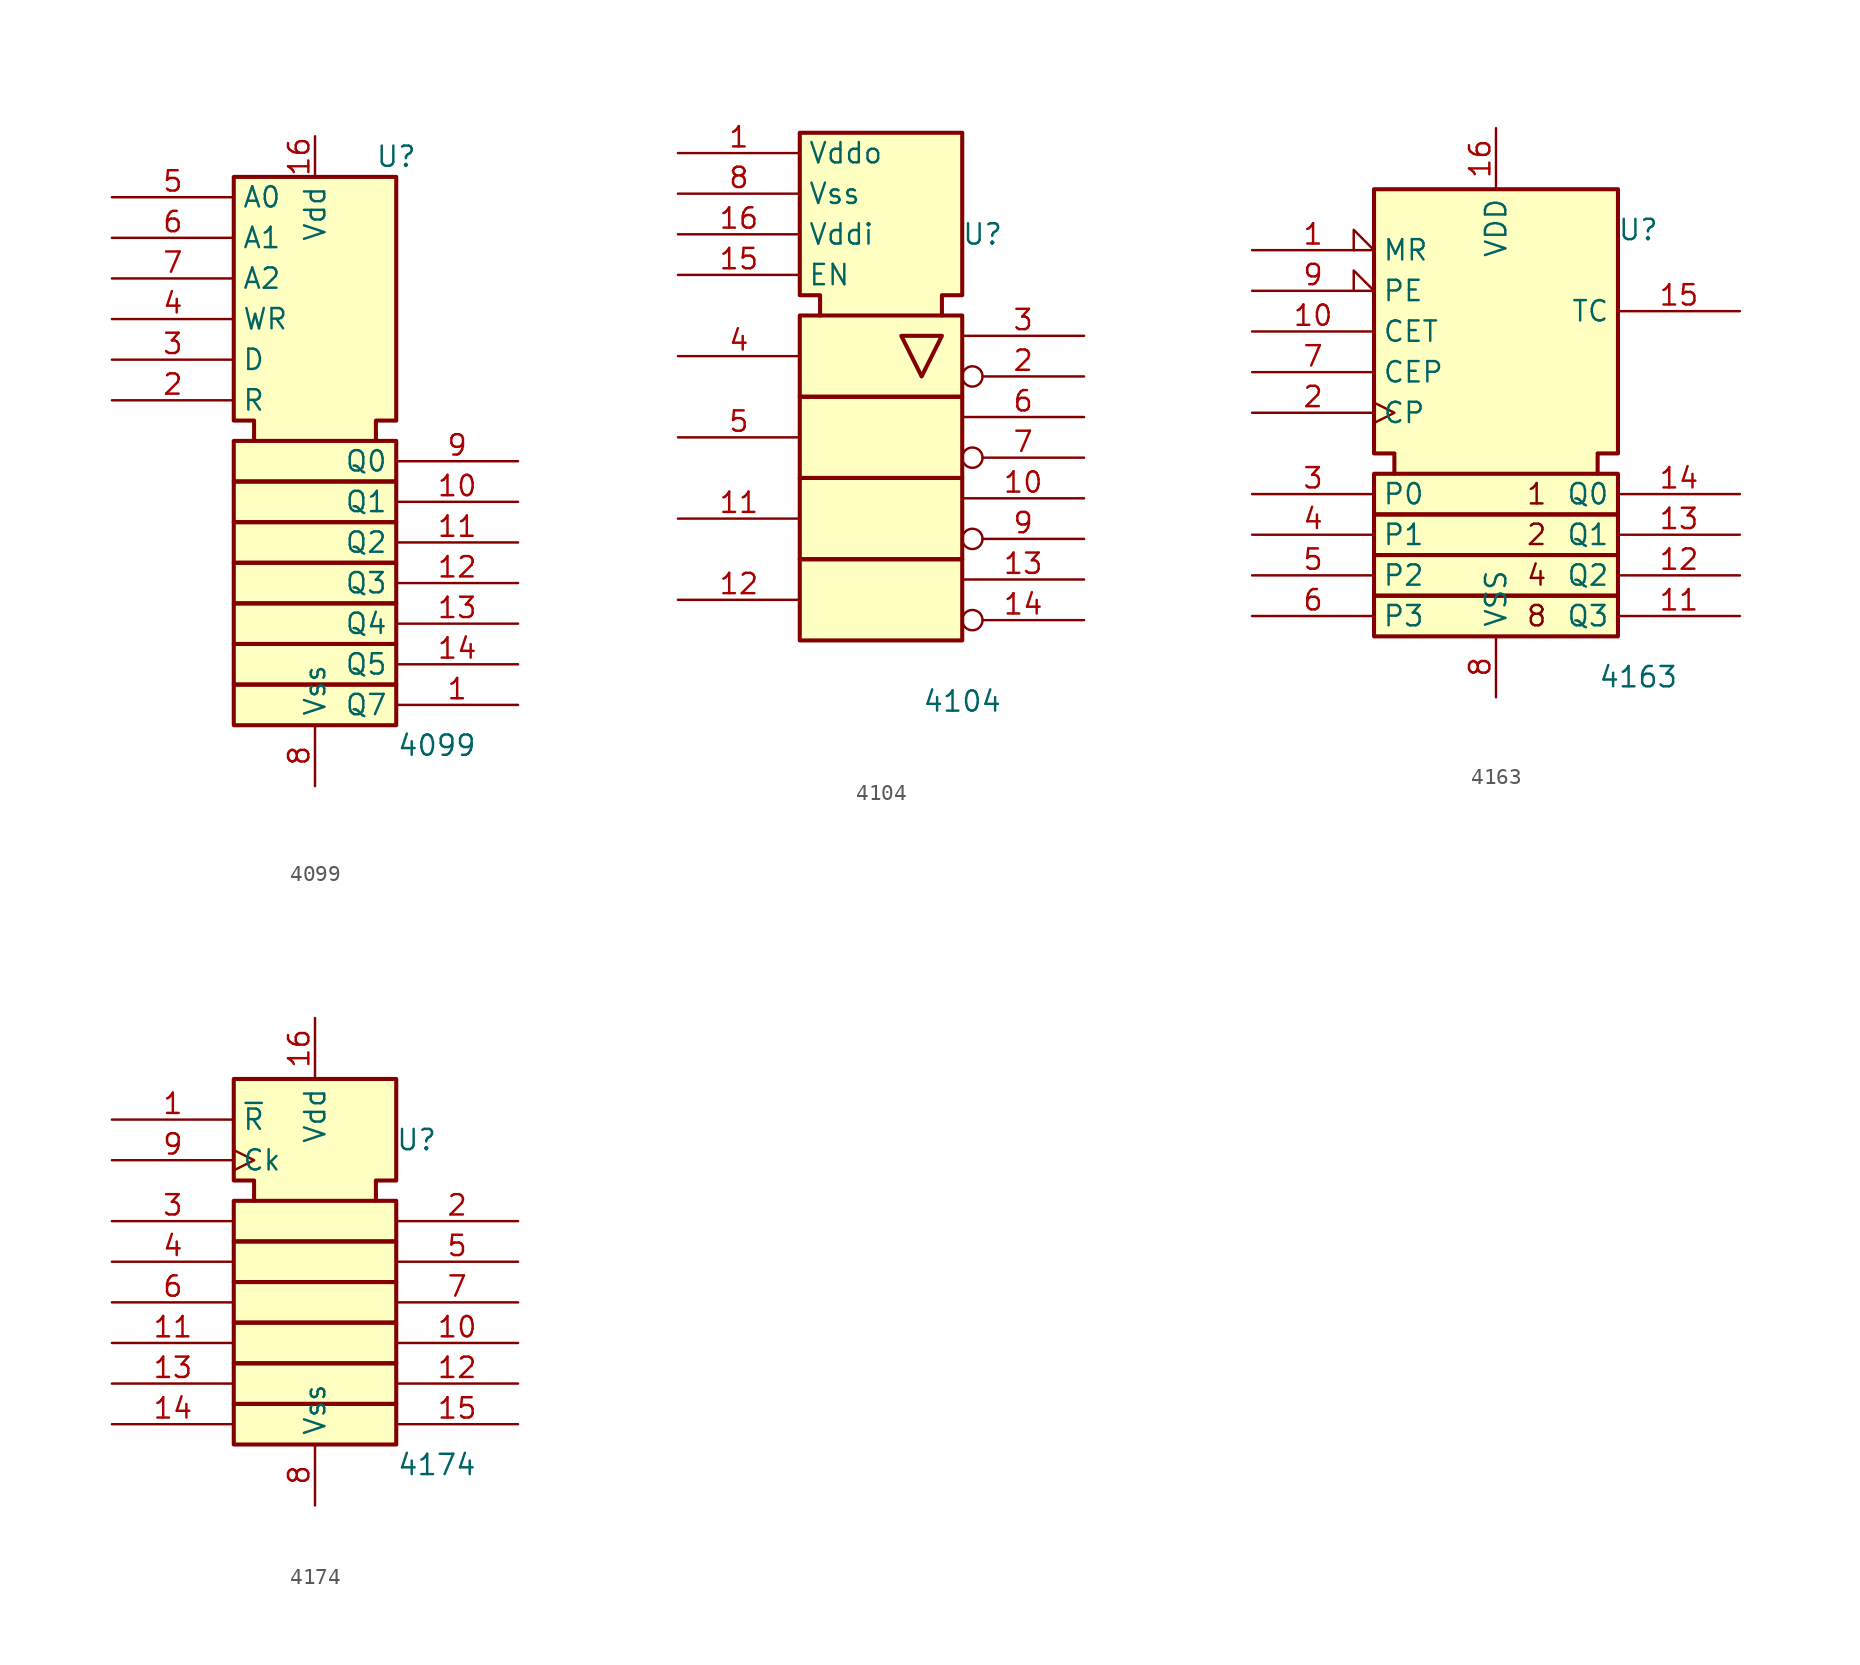
<source format=kicad_sym>
(kicad_symbol_lib
  (version 20241209)
  (generator "kicad_symbol_editor")
  (generator_version "9.0")
  (symbol "4099"
    (property "Reference" "U"
      (at 5.08 19.05 0)
      (effects (font (size 1.27 1.27))))
    (property "Value" "4099"
      (at 7.62 -17.78 0)
      (effects (font (size 1.27 1.27))))
    (symbol "4099_0_1"
      (rectangle (start -5.08 1.27) (end 5.08 -1.27) (stroke (width 0.254) (type default)) (fill (type background)))
      (rectangle (start -5.08 -1.27) (end 5.08 -3.81) (stroke (width 0.254) (type default)) (fill (type background)))
      (rectangle (start -5.08 -3.81) (end 5.08 -6.35) (stroke (width 0.254) (type default)) (fill (type background)))
      (rectangle (start -5.08 -6.35) (end 5.08 -8.89) (stroke (width 0.254) (type default)) (fill (type background)))
      (rectangle (start -5.08 -8.89) (end 5.08 -11.43) (stroke (width 0.254) (type default)) (fill (type background)))
      (rectangle (start -5.08 -11.43) (end 5.08 -13.97) (stroke (width 0.254) (type default)) (fill (type background)))
      (rectangle (start -5.08 -13.97) (end 5.08 -16.51) (stroke (width 0.254) (type default)) (fill (type background)))
      (polyline (pts (xy 3.81 1.27) (xy 3.81 2.54) (xy 5.08 2.54) (xy 5.08 17.78) (xy -5.08 17.78) (xy -5.08 2.54) (xy -3.81 2.54) (xy -3.81 1.27)) (stroke (width 0.254) (type default)) (fill (type background))))
    (symbol "4099_1_1"
      (pin input line (at -12.7 16.51 0) (length 7.62) (name "A0" (effects (font (size 1.27 1.27)))) (number "5" (effects (font (size 1.27 1.27)))))
      (pin input line (at -12.7 13.97 0) (length 7.62) (name "A1" (effects (font (size 1.27 1.27)))) (number "6" (effects (font (size 1.27 1.27)))))
      (pin input line (at -12.7 11.43 0) (length 7.62) (name "A2" (effects (font (size 1.27 1.27)))) (number "7" (effects (font (size 1.27 1.27)))))
      (pin input line (at -12.7 8.89 0) (length 7.62) (name "WR" (effects (font (size 1.27 1.27)))) (number "4" (effects (font (size 1.27 1.27)))))
      (pin input line (at -12.7 6.35 0) (length 7.62) (name "D" (effects (font (size 1.27 1.27)))) (number "3" (effects (font (size 1.27 1.27)))))
      (pin input line (at -12.7 3.81 0) (length 7.62) (name "R" (effects (font (size 1.27 1.27)))) (number "2" (effects (font (size 1.27 1.27)))))
      (pin power_in line (at 0 20.32 270) (length 2.54) (name "Vdd" (effects (font (size 1.27 1.27)))) (number "16" (effects (font (size 1.27 1.27)))))
      (pin power_in line (at 0 -20.32 90) (length 3.81) (name "Vss" (effects (font (size 1.27 1.27)))) (number "8" (effects (font (size 1.27 1.27)))))
      (pin output line (at 12.7 0 180) (length 7.62) (name "Q0" (effects (font (size 1.27 1.27)))) (number "9" (effects (font (size 1.27 1.27)))))
      (pin output line (at 12.7 -2.54 180) (length 7.62) (name "Q1" (effects (font (size 1.27 1.27)))) (number "10" (effects (font (size 1.27 1.27)))))
      (pin output line (at 12.7 -5.08 180) (length 7.62) (name "Q2" (effects (font (size 1.27 1.27)))) (number "11" (effects (font (size 1.27 1.27)))))
      (pin output line (at 12.7 -7.62 180) (length 7.62) (name "Q3" (effects (font (size 1.27 1.27)))) (number "12" (effects (font (size 1.27 1.27)))))
      (pin output line (at 12.7 -10.16 180) (length 7.62) (name "Q4" (effects (font (size 1.27 1.27)))) (number "13" (effects (font (size 1.27 1.27)))))
      (pin output line (at 12.7 -12.7 180) (length 7.62) (name "Q5" (effects (font (size 1.27 1.27)))) (number "14" (effects (font (size 1.27 1.27)))))
      (pin output line (at 12.7 -15.24 180) (length 7.62) (name "Q7" (effects (font (size 1.27 1.27)))) (number "1" (effects (font (size 1.27 1.27)))))))
  (symbol "4104"
    (property "Reference" "U"
      (at 6.35 8.89 0)
      (effects (font (size 1.27 1.27))))
    (property "Value" "4104"
      (at 5.08 -20.32 0)
      (effects (font (size 1.27 1.27))))
    (symbol "4104_0_0"
      (rectangle (start -5.08 3.81) (end 5.08 -1.27) (stroke (width 0.254) (type default)) (fill (type background)))
      (rectangle (start -5.08 -1.27) (end 5.08 -6.35) (stroke (width 0.254) (type default)) (fill (type background)))
      (rectangle (start -5.08 -6.35) (end 5.08 -11.43) (stroke (width 0.254) (type default)) (fill (type background)))
      (rectangle (start -5.08 -11.43) (end 5.08 -16.51) (stroke (width 0.254) (type default)) (fill (type background)))
      (polyline (pts (xy -3.81 3.81) (xy -3.81 5.08) (xy -5.08 5.08) (xy -5.08 15.24) (xy 5.08 15.24) (xy 5.08 5.08) (xy 3.81 5.08) (xy 3.81 3.81) (xy 3.81 3.81)) (stroke (width 0.254) (type default)) (fill (type background)))
      (polyline (pts (xy 1.27 2.54) (xy 3.81 2.54) (xy 2.54 0) (xy 1.27 2.54) (xy 1.27 2.54)) (stroke (width 0.254) (type default)) (fill (type background))))
    (symbol "4104_1_1"
      (pin power_in line (at -12.7 13.97 0) (length 7.62) (name "Vddo" (effects (font (size 1.27 1.27)))) (number "1" (effects (font (size 1.27 1.27)))))
      (pin power_in line (at -12.7 11.43 0) (length 7.62) (name "Vss" (effects (font (size 1.27 1.27)))) (number "8" (effects (font (size 1.27 1.27)))))
      (pin power_in line (at -12.7 8.89 0) (length 7.62) (name "Vddi" (effects (font (size 1.27 1.27)))) (number "16" (effects (font (size 1.27 1.27)))))
      (pin input line (at -12.7 6.35 0) (length 7.62) (name "EN" (effects (font (size 1.27 1.27)))) (number "15" (effects (font (size 1.27 1.27)))))
      (pin input line (at -12.7 1.27 0) (length 7.62) (name "~" (effects (font (size 1.27 1.27)))) (number "4" (effects (font (size 1.27 1.27)))))
      (pin input line (at -12.7 -3.81 0) (length 7.62) (name "~" (effects (font (size 1.27 1.27)))) (number "5" (effects (font (size 1.27 1.27)))))
      (pin input line (at -12.7 -8.89 0) (length 7.62) (name "~" (effects (font (size 1.27 1.27)))) (number "11" (effects (font (size 1.27 1.27)))))
      (pin input line (at -12.7 -13.97 0) (length 7.62) (name "~" (effects (font (size 1.27 1.27)))) (number "12" (effects (font (size 1.27 1.27)))))
      (pin output line (at 12.7 2.54 180) (length 7.62) (name "~" (effects (font (size 1.27 1.27)))) (number "3" (effects (font (size 1.27 1.27)))))
      (pin output inverted (at 12.7 0 180) (length 7.62) (name "~" (effects (font (size 1.27 1.27)))) (number "2" (effects (font (size 1.27 1.27)))))
      (pin output line (at 12.7 -2.54 180) (length 7.62) (name "~" (effects (font (size 1.27 1.27)))) (number "6" (effects (font (size 1.27 1.27)))))
      (pin output inverted (at 12.7 -5.08 180) (length 7.62) (name "~" (effects (font (size 1.27 1.27)))) (number "7" (effects (font (size 1.27 1.27)))))
      (pin output line (at 12.7 -7.62 180) (length 7.62) (name "~" (effects (font (size 1.27 1.27)))) (number "10" (effects (font (size 1.27 1.27)))))
      (pin output inverted (at 12.7 -10.16 180) (length 7.62) (name "~" (effects (font (size 1.27 1.27)))) (number "9" (effects (font (size 1.27 1.27)))))
      (pin output line (at 12.7 -12.7 180) (length 7.62) (name "~" (effects (font (size 1.27 1.27)))) (number "13" (effects (font (size 1.27 1.27)))))
      (pin output inverted (at 12.7 -15.24 180) (length 7.62) (name "~" (effects (font (size 1.27 1.27)))) (number "14" (effects (font (size 1.27 1.27)))))))
  (symbol "4163"
    (property "Reference" "U"
      (at 8.89 10.16 0)
      (effects (font (size 1.27 1.27))))
    (property "Value" "4163"
      (at 8.89 -17.78 0)
      (effects (font (size 1.27 1.27))))
    (symbol "4163_0_0"
      (rectangle (start -7.62 -5.08) (end 7.62 -7.62) (stroke (width 0.254) (type default)) (fill (type background)))
      (rectangle (start -7.62 -7.62) (end 7.62 -10.16) (stroke (width 0.254) (type default)) (fill (type background)))
      (rectangle (start -7.62 -10.16) (end 7.62 -12.7) (stroke (width 0.254) (type default)) (fill (type background)))
      (rectangle (start -7.62 -12.7) (end 7.62 -15.24) (stroke (width 0.254) (type default)) (fill (type background)))
      (polyline (pts (xy -6.35 -5.08) (xy -6.35 -3.81) (xy -7.62 -3.81) (xy -7.62 12.7) (xy 7.62 12.7) (xy 7.62 -3.81) (xy 6.35 -3.81) (xy 6.35 -5.08) (xy 6.35 -5.08)) (stroke (width 0.254) (type default)) (fill (type background)))
      (text "1" (at 2.54 -6.35 0) (effects (font (size 1.27 1.27))))
      (text "2" (at 2.54 -8.89 0) (effects (font (size 1.27 1.27))))
      (text "4" (at 2.54 -11.43 0) (effects (font (size 1.27 1.27))))
      (text "8" (at 2.54 -13.97 0) (effects (font (size 1.27 1.27)))))
    (symbol "4163_1_1"
      (pin input input_low (at -15.24 8.89 0) (length 7.62) (name "MR" (effects (font (size 1.27 1.27)))) (number "1" (effects (font (size 1.27 1.27)))))
      (pin input input_low (at -15.24 6.35 0) (length 7.62) (name "PE" (effects (font (size 1.27 1.27)))) (number "9" (effects (font (size 1.27 1.27)))))
      (pin input line (at -15.24 3.81 0) (length 7.62) (name "CET" (effects (font (size 1.27 1.27)))) (number "10" (effects (font (size 1.27 1.27)))))
      (pin input line (at -15.24 1.27 0) (length 7.62) (name "CEP" (effects (font (size 1.27 1.27)))) (number "7" (effects (font (size 1.27 1.27)))))
      (pin input clock (at -15.24 -1.27 0) (length 7.62) (name "CP" (effects (font (size 1.27 1.27)))) (number "2" (effects (font (size 1.27 1.27)))))
      (pin input line (at -15.24 -6.35 0) (length 7.62) (name "P0" (effects (font (size 1.27 1.27)))) (number "3" (effects (font (size 1.27 1.27)))))
      (pin input line (at -15.24 -8.89 0) (length 7.62) (name "P1" (effects (font (size 1.27 1.27)))) (number "4" (effects (font (size 1.27 1.27)))))
      (pin input line (at -15.24 -11.43 0) (length 7.62) (name "P2" (effects (font (size 1.27 1.27)))) (number "5" (effects (font (size 1.27 1.27)))))
      (pin input line (at -15.24 -13.97 0) (length 7.62) (name "P3" (effects (font (size 1.27 1.27)))) (number "6" (effects (font (size 1.27 1.27)))))
      (pin power_in line (at 0 16.51 270) (length 3.81) (name "VDD" (effects (font (size 1.27 1.27)))) (number "16" (effects (font (size 1.27 1.27)))))
      (pin power_in line (at 0 -19.05 90) (length 3.81) (name "VSS" (effects (font (size 1.27 1.27)))) (number "8" (effects (font (size 1.27 1.27)))))
      (pin output line (at 15.24 5.08 180) (length 7.62) (name "TC" (effects (font (size 1.27 1.27)))) (number "15" (effects (font (size 1.27 1.27)))))
      (pin output line (at 15.24 -6.35 180) (length 7.62) (name "Q0" (effects (font (size 1.27 1.27)))) (number "14" (effects (font (size 1.27 1.27)))))
      (pin output line (at 15.24 -8.89 180) (length 7.62) (name "Q1" (effects (font (size 1.27 1.27)))) (number "13" (effects (font (size 1.27 1.27)))))
      (pin output line (at 15.24 -11.43 180) (length 7.62) (name "Q2" (effects (font (size 1.27 1.27)))) (number "12" (effects (font (size 1.27 1.27)))))
      (pin output line (at 15.24 -13.97 180) (length 7.62) (name "Q3" (effects (font (size 1.27 1.27)))) (number "11" (effects (font (size 1.27 1.27)))))))
  (symbol "4174"
    (property "Reference" "U"
      (at 6.35 8.89 0)
      (effects (font (size 1.27 1.27))))
    (property "Value" "4174"
      (at 7.62 -11.43 0)
      (effects (font (size 1.27 1.27))))
    (symbol "4174_0_0"
      (pin input line (at -12.7 10.16 0) (length 7.62) (name "~{R}" (effects (font (size 1.27 1.27)))) (number "1" (effects (font (size 1.27 1.27)))))
      (pin input clock (at -12.7 7.62 0) (length 7.62) (name "Ck" (effects (font (size 1.27 1.27)))) (number "9" (effects (font (size 1.27 1.27)))))
      (pin power_in line (at 0 16.51 270) (length 3.81) (name "Vdd" (effects (font (size 1.27 1.27)))) (number "16" (effects (font (size 1.27 1.27)))))
      (pin power_in line (at 0 -13.97 90) (length 3.81) (name "Vss" (effects (font (size 1.27 1.27)))) (number "8" (effects (font (size 1.27 1.27))))))
    (symbol "4174_0_1"
      (rectangle (start -5.08 5.08) (end 5.08 2.54) (stroke (width 0.254) (type default)) (fill (type background)))
      (rectangle (start -5.08 2.54) (end 5.08 0) (stroke (width 0.254) (type default)) (fill (type background)))
      (rectangle (start -5.08 0) (end 5.08 -2.54) (stroke (width 0.254) (type default)) (fill (type background)))
      (rectangle (start -5.08 -2.54) (end 5.08 -5.08) (stroke (width 0.254) (type default)) (fill (type background)))
      (rectangle (start -5.08 -5.08) (end 5.08 -7.62) (stroke (width 0.254) (type default)) (fill (type background)))
      (rectangle (start -5.08 -7.62) (end 5.08 -10.16) (stroke (width 0.254) (type default)) (fill (type background)))
      (polyline (pts (xy -3.81 5.08) (xy -3.81 6.35) (xy -5.08 6.35) (xy -5.08 12.7) (xy 5.08 12.7) (xy 5.08 6.35) (xy 3.81 6.35) (xy 3.81 5.08) (xy 3.81 5.08)) (stroke (width 0.254) (type default)) (fill (type background))))
    (symbol "4174_1_0"
      (pin input line (at -12.7 3.81 0) (length 7.62) (name "~" (effects (font (size 1.27 1.27)))) (number "3" (effects (font (size 1.27 1.27)))))
      (pin input line (at -12.7 1.27 0) (length 7.62) (name "~" (effects (font (size 1.27 1.27)))) (number "4" (effects (font (size 1.27 1.27)))))
      (pin input line (at -12.7 -1.27 0) (length 7.62) (name "~" (effects (font (size 1.27 1.27)))) (number "6" (effects (font (size 1.27 1.27)))))
      (pin input line (at -12.7 -3.81 0) (length 7.62) (name "~" (effects (font (size 1.27 1.27)))) (number "11" (effects (font (size 1.27 1.27)))))
      (pin input line (at -12.7 -6.35 0) (length 7.62) (name "~" (effects (font (size 1.27 1.27)))) (number "13" (effects (font (size 1.27 1.27)))))
      (pin input line (at -12.7 -8.89 0) (length 7.62) (name "~" (effects (font (size 1.27 1.27)))) (number "14" (effects (font (size 1.27 1.27)))))
      (pin output line (at 12.7 3.81 180) (length 7.62) (name "~" (effects (font (size 1.27 1.27)))) (number "2" (effects (font (size 1.27 1.27)))))
      (pin output line (at 12.7 1.27 180) (length 7.62) (name "~" (effects (font (size 1.27 1.27)))) (number "5" (effects (font (size 1.27 1.27)))))
      (pin output line (at 12.7 -1.27 180) (length 7.62) (name "~" (effects (font (size 1.27 1.27)))) (number "7" (effects (font (size 1.27 1.27)))))
      (pin output line (at 12.7 -3.81 180) (length 7.62) (name "~" (effects (font (size 1.27 1.27)))) (number "10" (effects (font (size 1.27 1.27)))))
      (pin output line (at 12.7 -6.35 180) (length 7.62) (name "~" (effects (font (size 1.27 1.27)))) (number "12" (effects (font (size 1.27 1.27)))))
      (pin output line (at 12.7 -8.89 180) (length 7.62) (name "~" (effects (font (size 1.27 1.27)))) (number "15" (effects (font (size 1.27 1.27))))))))
</source>
